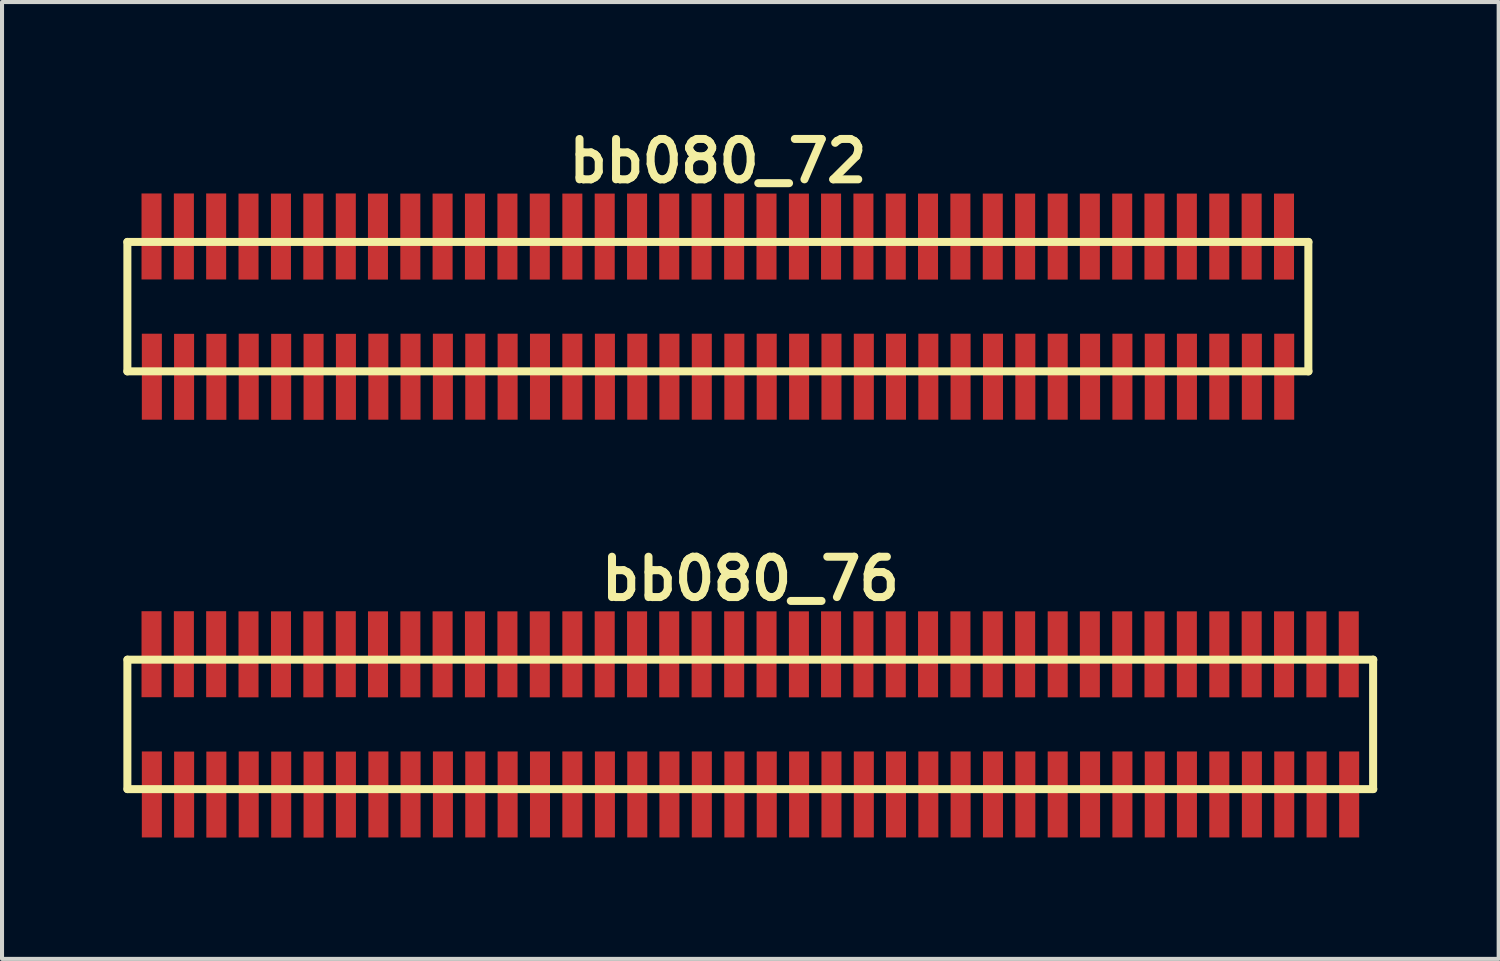
<source format=kicad_pcb>
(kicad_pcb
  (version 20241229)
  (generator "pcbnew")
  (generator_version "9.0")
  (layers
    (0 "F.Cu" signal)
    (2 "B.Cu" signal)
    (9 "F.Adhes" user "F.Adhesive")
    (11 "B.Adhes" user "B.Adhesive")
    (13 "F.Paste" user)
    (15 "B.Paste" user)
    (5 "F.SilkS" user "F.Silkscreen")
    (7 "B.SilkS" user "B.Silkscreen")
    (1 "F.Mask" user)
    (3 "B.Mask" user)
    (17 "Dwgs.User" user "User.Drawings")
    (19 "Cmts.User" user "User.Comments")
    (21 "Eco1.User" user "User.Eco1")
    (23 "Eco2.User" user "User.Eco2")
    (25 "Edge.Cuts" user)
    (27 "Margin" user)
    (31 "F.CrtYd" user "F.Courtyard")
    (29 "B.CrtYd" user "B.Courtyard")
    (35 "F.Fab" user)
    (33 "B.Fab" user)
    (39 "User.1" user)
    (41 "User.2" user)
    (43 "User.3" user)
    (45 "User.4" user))
  (footprint "bb080_76"
    (layer "F.Cu")
    (at 15.502 14.859)
    (property "Reference" "bb080_76" (at 0 -3.599 0) (layer "F.SilkS") (effects (font (size 0.998 0.998) (thickness 0.198))))
    (attr through_hole)
    (fp_line (start -15.403 -1.6) (end -15.403 1.6) (stroke (width 0.198) (type solid)) (layer "F.SilkS"))
    (fp_line (start -15.4 1.6) (end 15.4 1.6) (stroke (width 0.198) (type solid)) (layer "F.SilkS"))
    (fp_line (start 15.395 1.6) (end 15.395 -1.6) (stroke (width 0.198) (type solid)) (layer "F.SilkS"))
    (fp_line (start 15.4 -1.6) (end -15.4 -1.6) (stroke (width 0.198) (type solid)) (layer "F.SilkS"))
    (pad "1" smd rect (at -14.798 1.732) (size 0.495 2.126) (layers "F.Cu" "F.Mask" "F.Paste"))
    (pad "2" smd rect (at -14.806 -1.735) (size 0.495 2.126) (layers "F.Cu" "F.Mask" "F.Paste"))
    (pad "3" smd rect (at -14 1.735) (size 0.495 2.126) (layers "F.Cu" "F.Mask" "F.Paste"))
    (pad "4" smd rect (at -14.006 -1.735) (size 0.495 2.126) (layers "F.Cu" "F.Mask" "F.Paste"))
    (pad "5" smd rect (at -13.203 1.735) (size 0.495 2.126) (layers "F.Cu" "F.Mask" "F.Paste"))
    (pad "6" smd rect (at -13.208 -1.735) (size 0.495 2.126) (layers "F.Cu" "F.Mask" "F.Paste"))
    (pad "7" smd rect (at -12.403 1.732) (size 0.495 2.126) (layers "F.Cu" "F.Mask" "F.Paste"))
    (pad "8" smd rect (at -12.408 -1.732) (size 0.495 2.126) (layers "F.Cu" "F.Mask" "F.Paste"))
    (pad "9" smd rect (at -11.6 1.735) (size 0.495 2.126) (layers "F.Cu" "F.Mask" "F.Paste"))
    (pad "10" smd rect (at -11.605 -1.732) (size 0.495 2.126) (layers "F.Cu" "F.Mask" "F.Paste"))
    (pad "11" smd rect (at -10.8 1.735) (size 0.495 2.126) (layers "F.Cu" "F.Mask" "F.Paste"))
    (pad "12" smd rect (at -10.805 -1.732) (size 0.495 2.126) (layers "F.Cu" "F.Mask" "F.Paste"))
    (pad "13" smd rect (at -10 1.735) (size 0.495 2.126) (layers "F.Cu" "F.Mask" "F.Paste"))
    (pad "14" smd rect (at -10.003 -1.735) (size 0.495 2.126) (layers "F.Cu" "F.Mask" "F.Paste"))
    (pad "15" smd rect (at -9.197 1.732) (size 0.495 2.126) (layers "F.Cu" "F.Mask" "F.Paste"))
    (pad "16" smd rect (at -9.207 -1.732) (size 0.495 2.126) (layers "F.Cu" "F.Mask" "F.Paste"))
    (pad "17" smd rect (at -8.402 1.732) (size 0.495 2.126) (layers "F.Cu" "F.Mask" "F.Paste"))
    (pad "18" smd rect (at -8.407 -1.732) (size 0.495 2.126) (layers "F.Cu" "F.Mask" "F.Paste"))
    (pad "19" smd rect (at -7.602 1.732) (size 0.495 2.126) (layers "F.Cu" "F.Mask" "F.Paste"))
    (pad "20" smd rect (at -7.61 -1.732) (size 0.495 2.126) (layers "F.Cu" "F.Mask" "F.Paste"))
    (pad "21" smd rect (at -6.802 1.732) (size 0.495 2.126) (layers "F.Cu" "F.Mask" "F.Paste"))
    (pad "22" smd rect (at -6.81 -1.732) (size 0.495 2.126) (layers "F.Cu" "F.Mask" "F.Paste"))
    (pad "23" smd rect (at -6.002 1.732) (size 0.495 2.126) (layers "F.Cu" "F.Mask" "F.Paste"))
    (pad "24" smd rect (at -6.007 -1.732) (size 0.495 2.126) (layers "F.Cu" "F.Mask" "F.Paste"))
    (pad "25" smd rect (at -5.202 1.732) (size 0.495 2.126) (layers "F.Cu" "F.Mask" "F.Paste"))
    (pad "26" smd rect (at -5.207 -1.732) (size 0.495 2.126) (layers "F.Cu" "F.Mask" "F.Paste"))
    (pad "27" smd rect (at -4.402 1.732) (size 0.495 2.126) (layers "F.Cu" "F.Mask" "F.Paste"))
    (pad "28" smd rect (at -4.402 -1.732) (size 0.495 2.126) (layers "F.Cu" "F.Mask" "F.Paste"))
    (pad "29" smd rect (at -3.597 1.732) (size 0.495 2.126) (layers "F.Cu" "F.Mask" "F.Paste"))
    (pad "30" smd rect (at -3.602 -1.732) (size 0.495 2.126) (layers "F.Cu" "F.Mask" "F.Paste"))
    (pad "31" smd rect (at -2.797 1.732) (size 0.495 2.126) (layers "F.Cu" "F.Mask" "F.Paste"))
    (pad "32" smd rect (at -2.802 -1.732) (size 0.495 2.126) (layers "F.Cu" "F.Mask" "F.Paste"))
    (pad "33" smd rect (at -2.002 1.732) (size 0.495 2.126) (layers "F.Cu" "F.Mask" "F.Paste"))
    (pad "34" smd rect (at -2.007 -1.732) (size 0.495 2.126) (layers "F.Cu" "F.Mask" "F.Paste"))
    (pad "35" smd rect (at -1.201 1.732) (size 0.495 2.126) (layers "F.Cu" "F.Mask" "F.Paste"))
    (pad "36" smd rect (at -1.206 -1.732) (size 0.495 2.126) (layers "F.Cu" "F.Mask" "F.Paste"))
    (pad "37" smd rect (at -0.396 1.732) (size 0.495 2.126) (layers "F.Cu" "F.Mask" "F.Paste"))
    (pad "38" smd rect (at -0.401 -1.732) (size 0.495 2.126) (layers "F.Cu" "F.Mask" "F.Paste"))
    (pad "39" smd rect (at 0.404 1.732) (size 0.495 2.126) (layers "F.Cu" "F.Mask" "F.Paste"))
    (pad "40" smd rect (at 0.399 -1.732) (size 0.495 2.126) (layers "F.Cu" "F.Mask" "F.Paste"))
    (pad "41" smd rect (at 1.204 1.732) (size 0.495 2.126) (layers "F.Cu" "F.Mask" "F.Paste"))
    (pad "42" smd rect (at 1.199 -1.732) (size 0.495 2.126) (layers "F.Cu" "F.Mask" "F.Paste"))
    (pad "43" smd rect (at 2.004 1.732) (size 0.495 2.126) (layers "F.Cu" "F.Mask" "F.Paste"))
    (pad "44" smd rect (at 1.994 -1.732) (size 0.495 2.126) (layers "F.Cu" "F.Mask" "F.Paste"))
    (pad "45" smd rect (at 2.804 1.732) (size 0.495 2.126) (layers "F.Cu" "F.Mask" "F.Paste"))
    (pad "46" smd rect (at 2.794 -1.732) (size 0.495 2.126) (layers "F.Cu" "F.Mask" "F.Paste"))
    (pad "47" smd rect (at 3.599 1.732) (size 0.495 2.126) (layers "F.Cu" "F.Mask" "F.Paste"))
    (pad "48" smd rect (at 3.594 -1.732) (size 0.495 2.126) (layers "F.Cu" "F.Mask" "F.Paste"))
    (pad "49" smd rect (at 4.399 1.732) (size 0.495 2.126) (layers "F.Cu" "F.Mask" "F.Paste"))
    (pad "50" smd rect (at 4.392 -1.732) (size 0.495 2.126) (layers "F.Cu" "F.Mask" "F.Paste"))
    (pad "51" smd rect (at 5.197 1.732) (size 0.495 2.126) (layers "F.Cu" "F.Mask" "F.Paste"))
    (pad "52" smd rect (at 5.192 -1.732) (size 0.495 2.126) (layers "F.Cu" "F.Mask" "F.Paste"))
    (pad "53" smd rect (at 5.997 1.732) (size 0.495 2.126) (layers "F.Cu" "F.Mask" "F.Paste"))
    (pad "54" smd rect (at 5.992 -1.732) (size 0.495 2.126) (layers "F.Cu" "F.Mask" "F.Paste"))
    (pad "55" smd rect (at 6.797 1.732) (size 0.495 2.126) (layers "F.Cu" "F.Mask" "F.Paste"))
    (pad "56" smd rect (at 6.792 -1.732) (size 0.495 2.126) (layers "F.Cu" "F.Mask" "F.Paste"))
    (pad "57" smd rect (at 7.597 1.732) (size 0.495 2.126) (layers "F.Cu" "F.Mask" "F.Paste"))
    (pad "58" smd rect (at 7.597 -1.732) (size 0.495 2.126) (layers "F.Cu" "F.Mask" "F.Paste"))
    (pad "59" smd rect (at 8.397 1.732) (size 0.495 2.126) (layers "F.Cu" "F.Mask" "F.Paste"))
    (pad "60" smd rect (at 8.392 -1.732) (size 0.495 2.126) (layers "F.Cu" "F.Mask" "F.Paste"))
    (pad "61" smd rect (at 9.197 1.732) (size 0.495 2.126) (layers "F.Cu" "F.Mask" "F.Paste"))
    (pad "62" smd rect (at 9.192 -1.732) (size 0.495 2.126) (layers "F.Cu" "F.Mask" "F.Paste"))
    (pad "63" smd rect (at 9.997 1.732) (size 0.495 2.126) (layers "F.Cu" "F.Mask" "F.Paste"))
    (pad "64" smd rect (at 9.99 -1.732) (size 0.495 2.126) (layers "F.Cu" "F.Mask" "F.Paste"))
    (pad "65" smd rect (at 10.792 1.732) (size 0.495 2.126) (layers "F.Cu" "F.Mask" "F.Paste"))
    (pad "66" smd rect (at 10.79 -1.732) (size 0.495 2.126) (layers "F.Cu" "F.Mask" "F.Paste"))
    (pad "67" smd rect (at 11.593 1.732) (size 0.495 2.126) (layers "F.Cu" "F.Mask" "F.Paste"))
    (pad "68" smd rect (at 11.593 -1.732) (size 0.495 2.126) (layers "F.Cu" "F.Mask" "F.Paste"))
    (pad "69" smd rect (at 12.398 1.732) (size 0.495 2.126) (layers "F.Cu" "F.Mask" "F.Paste"))
    (pad "70" smd rect (at 12.393 -1.732) (size 0.495 2.126) (layers "F.Cu" "F.Mask" "F.Paste"))
    (pad "71" smd rect (at 13.198 1.732) (size 0.495 2.126) (layers "F.Cu" "F.Mask" "F.Paste"))
    (pad "72" smd rect (at 13.193 -1.732) (size 0.495 2.126) (layers "F.Cu" "F.Mask" "F.Paste"))
    (pad "73" smd rect (at 13.998 1.732) (size 0.495 2.126) (layers "F.Cu" "F.Mask" "F.Paste"))
    (pad "74" smd rect (at 13.993 -1.732) (size 0.495 2.126) (layers "F.Cu" "F.Mask" "F.Paste"))
    (pad "75" smd rect (at 14.803 1.732) (size 0.495 2.126) (layers "F.Cu" "F.Mask" "F.Paste"))
    (pad "76" smd rect (at 14.793 -1.732) (size 0.495 2.126) (layers "F.Cu" "F.Mask" "F.Paste")))
  (footprint "bb080_72"
    (layer "F.Cu")
    (at 14.699 4.531)
    (property "Reference" "bb080_72" (at 0 -3.599 0) (layer "F.SilkS") (effects (font (size 0.998 0.998) (thickness 0.198))))
    (attr through_hole)
    (fp_line (start -14.6 -1.6) (end -14.6 1.6) (stroke (width 0.198) (type solid)) (layer "F.SilkS"))
    (fp_line (start -14.6 1.6) (end 14.6 1.6) (stroke (width 0.198) (type solid)) (layer "F.SilkS"))
    (fp_line (start 14.597 1.6) (end 14.597 -1.6) (stroke (width 0.198) (type solid)) (layer "F.SilkS"))
    (fp_line (start 14.6 -1.6) (end -14.6 -1.6) (stroke (width 0.198) (type solid)) (layer "F.SilkS"))
    (pad "1" smd rect (at -13.995 1.732) (size 0.495 2.126) (layers "F.Cu" "F.Mask" "F.Paste"))
    (pad "2" smd rect (at -14.003 -1.735) (size 0.495 2.126) (layers "F.Cu" "F.Mask" "F.Paste"))
    (pad "3" smd rect (at -13.198 1.735) (size 0.495 2.126) (layers "F.Cu" "F.Mask" "F.Paste"))
    (pad "4" smd rect (at -13.203 -1.735) (size 0.495 2.126) (layers "F.Cu" "F.Mask" "F.Paste"))
    (pad "5" smd rect (at -12.4 1.735) (size 0.495 2.126) (layers "F.Cu" "F.Mask" "F.Paste"))
    (pad "6" smd rect (at -12.405 -1.735) (size 0.495 2.126) (layers "F.Cu" "F.Mask" "F.Paste"))
    (pad "7" smd rect (at -11.6 1.732) (size 0.495 2.126) (layers "F.Cu" "F.Mask" "F.Paste"))
    (pad "8" smd rect (at -11.605 -1.732) (size 0.495 2.126) (layers "F.Cu" "F.Mask" "F.Paste"))
    (pad "9" smd rect (at -10.798 1.735) (size 0.495 2.126) (layers "F.Cu" "F.Mask" "F.Paste"))
    (pad "10" smd rect (at -10.803 -1.732) (size 0.495 2.126) (layers "F.Cu" "F.Mask" "F.Paste"))
    (pad "11" smd rect (at -9.997 1.735) (size 0.495 2.126) (layers "F.Cu" "F.Mask" "F.Paste"))
    (pad "12" smd rect (at -10.003 -1.732) (size 0.495 2.126) (layers "F.Cu" "F.Mask" "F.Paste"))
    (pad "13" smd rect (at -9.197 1.735) (size 0.495 2.126) (layers "F.Cu" "F.Mask" "F.Paste"))
    (pad "14" smd rect (at -9.2 -1.735) (size 0.495 2.126) (layers "F.Cu" "F.Mask" "F.Paste"))
    (pad "15" smd rect (at -8.395 1.732) (size 0.495 2.126) (layers "F.Cu" "F.Mask" "F.Paste"))
    (pad "16" smd rect (at -8.405 -1.732) (size 0.495 2.126) (layers "F.Cu" "F.Mask" "F.Paste"))
    (pad "17" smd rect (at -7.6 1.732) (size 0.495 2.126) (layers "F.Cu" "F.Mask" "F.Paste"))
    (pad "18" smd rect (at -7.605 -1.732) (size 0.495 2.126) (layers "F.Cu" "F.Mask" "F.Paste"))
    (pad "19" smd rect (at -6.8 1.732) (size 0.495 2.126) (layers "F.Cu" "F.Mask" "F.Paste"))
    (pad "20" smd rect (at -6.807 -1.732) (size 0.495 2.126) (layers "F.Cu" "F.Mask" "F.Paste"))
    (pad "21" smd rect (at -5.999 1.732) (size 0.495 2.126) (layers "F.Cu" "F.Mask" "F.Paste"))
    (pad "22" smd rect (at -6.007 -1.732) (size 0.495 2.126) (layers "F.Cu" "F.Mask" "F.Paste"))
    (pad "23" smd rect (at -5.199 1.732) (size 0.495 2.126) (layers "F.Cu" "F.Mask" "F.Paste"))
    (pad "24" smd rect (at -5.204 -1.732) (size 0.495 2.126) (layers "F.Cu" "F.Mask" "F.Paste"))
    (pad "25" smd rect (at -4.399 1.732) (size 0.495 2.126) (layers "F.Cu" "F.Mask" "F.Paste"))
    (pad "26" smd rect (at -4.404 -1.732) (size 0.495 2.126) (layers "F.Cu" "F.Mask" "F.Paste"))
    (pad "27" smd rect (at -3.599 1.732) (size 0.495 2.126) (layers "F.Cu" "F.Mask" "F.Paste"))
    (pad "28" smd rect (at -3.599 -1.732) (size 0.495 2.126) (layers "F.Cu" "F.Mask" "F.Paste"))
    (pad "29" smd rect (at -2.794 1.732) (size 0.495 2.126) (layers "F.Cu" "F.Mask" "F.Paste"))
    (pad "30" smd rect (at -2.799 -1.732) (size 0.495 2.126) (layers "F.Cu" "F.Mask" "F.Paste"))
    (pad "31" smd rect (at -1.994 1.732) (size 0.495 2.126) (layers "F.Cu" "F.Mask" "F.Paste"))
    (pad "32" smd rect (at -1.999 -1.732) (size 0.495 2.126) (layers "F.Cu" "F.Mask" "F.Paste"))
    (pad "33" smd rect (at -1.199 1.732) (size 0.495 2.126) (layers "F.Cu" "F.Mask" "F.Paste"))
    (pad "34" smd rect (at -1.204 -1.732) (size 0.495 2.126) (layers "F.Cu" "F.Mask" "F.Paste"))
    (pad "35" smd rect (at -0.399 1.732) (size 0.495 2.126) (layers "F.Cu" "F.Mask" "F.Paste"))
    (pad "36" smd rect (at -0.404 -1.732) (size 0.495 2.126) (layers "F.Cu" "F.Mask" "F.Paste"))
    (pad "37" smd rect (at 0.406 1.732) (size 0.495 2.126) (layers "F.Cu" "F.Mask" "F.Paste"))
    (pad "38" smd rect (at 0.401 -1.732) (size 0.495 2.126) (layers "F.Cu" "F.Mask" "F.Paste"))
    (pad "39" smd rect (at 1.206 1.732) (size 0.495 2.126) (layers "F.Cu" "F.Mask" "F.Paste"))
    (pad "40" smd rect (at 1.201 -1.732) (size 0.495 2.126) (layers "F.Cu" "F.Mask" "F.Paste"))
    (pad "41" smd rect (at 2.007 1.732) (size 0.495 2.126) (layers "F.Cu" "F.Mask" "F.Paste"))
    (pad "42" smd rect (at 2.002 -1.732) (size 0.495 2.126) (layers "F.Cu" "F.Mask" "F.Paste"))
    (pad "43" smd rect (at 2.807 1.732) (size 0.495 2.126) (layers "F.Cu" "F.Mask" "F.Paste"))
    (pad "44" smd rect (at 2.797 -1.732) (size 0.495 2.126) (layers "F.Cu" "F.Mask" "F.Paste"))
    (pad "45" smd rect (at 3.607 1.732) (size 0.495 2.126) (layers "F.Cu" "F.Mask" "F.Paste"))
    (pad "46" smd rect (at 3.597 -1.732) (size 0.495 2.126) (layers "F.Cu" "F.Mask" "F.Paste"))
    (pad "47" smd rect (at 4.402 1.732) (size 0.495 2.126) (layers "F.Cu" "F.Mask" "F.Paste"))
    (pad "48" smd rect (at 4.397 -1.732) (size 0.495 2.126) (layers "F.Cu" "F.Mask" "F.Paste"))
    (pad "49" smd rect (at 5.202 1.732) (size 0.495 2.126) (layers "F.Cu" "F.Mask" "F.Paste"))
    (pad "50" smd rect (at 5.194 -1.732) (size 0.495 2.126) (layers "F.Cu" "F.Mask" "F.Paste"))
    (pad "51" smd rect (at 5.999 1.732) (size 0.495 2.126) (layers "F.Cu" "F.Mask" "F.Paste"))
    (pad "52" smd rect (at 5.994 -1.732) (size 0.495 2.126) (layers "F.Cu" "F.Mask" "F.Paste"))
    (pad "53" smd rect (at 6.8 1.732) (size 0.495 2.126) (layers "F.Cu" "F.Mask" "F.Paste"))
    (pad "54" smd rect (at 6.795 -1.732) (size 0.495 2.126) (layers "F.Cu" "F.Mask" "F.Paste"))
    (pad "55" smd rect (at 7.6 1.732) (size 0.495 2.126) (layers "F.Cu" "F.Mask" "F.Paste"))
    (pad "56" smd rect (at 7.595 -1.732) (size 0.495 2.126) (layers "F.Cu" "F.Mask" "F.Paste"))
    (pad "57" smd rect (at 8.4 1.732) (size 0.495 2.126) (layers "F.Cu" "F.Mask" "F.Paste"))
    (pad "58" smd rect (at 8.4 -1.732) (size 0.495 2.126) (layers "F.Cu" "F.Mask" "F.Paste"))
    (pad "59" smd rect (at 9.2 1.732) (size 0.495 2.126) (layers "F.Cu" "F.Mask" "F.Paste"))
    (pad "60" smd rect (at 9.195 -1.732) (size 0.495 2.126) (layers "F.Cu" "F.Mask" "F.Paste"))
    (pad "61" smd rect (at 10 1.732) (size 0.495 2.126) (layers "F.Cu" "F.Mask" "F.Paste"))
    (pad "62" smd rect (at 9.995 -1.732) (size 0.495 2.126) (layers "F.Cu" "F.Mask" "F.Paste"))
    (pad "63" smd rect (at 10.8 1.732) (size 0.495 2.126) (layers "F.Cu" "F.Mask" "F.Paste"))
    (pad "64" smd rect (at 10.792 -1.732) (size 0.495 2.126) (layers "F.Cu" "F.Mask" "F.Paste"))
    (pad "65" smd rect (at 11.595 1.732) (size 0.495 2.126) (layers "F.Cu" "F.Mask" "F.Paste"))
    (pad "66" smd rect (at 11.593 -1.732) (size 0.495 2.126) (layers "F.Cu" "F.Mask" "F.Paste"))
    (pad "67" smd rect (at 12.395 1.732) (size 0.495 2.126) (layers "F.Cu" "F.Mask" "F.Paste"))
    (pad "68" smd rect (at 12.395 -1.732) (size 0.495 2.126) (layers "F.Cu" "F.Mask" "F.Paste"))
    (pad "69" smd rect (at 13.2 1.732) (size 0.495 2.126) (layers "F.Cu" "F.Mask" "F.Paste"))
    (pad "70" smd rect (at 13.195 -1.732) (size 0.495 2.126) (layers "F.Cu" "F.Mask" "F.Paste"))
    (pad "71" smd rect (at 14 1.732) (size 0.495 2.126) (layers "F.Cu" "F.Mask" "F.Paste"))
    (pad "72" smd rect (at 13.995 -1.732) (size 0.495 2.126) (layers "F.Cu" "F.Mask" "F.Paste")))
  (gr_rect
    (start -3 -3)
    (end 34.001 20.657)
    (stroke (width 0.1) (type default))
    (fill no)
    (layer "Edge.Cuts")))
</source>
